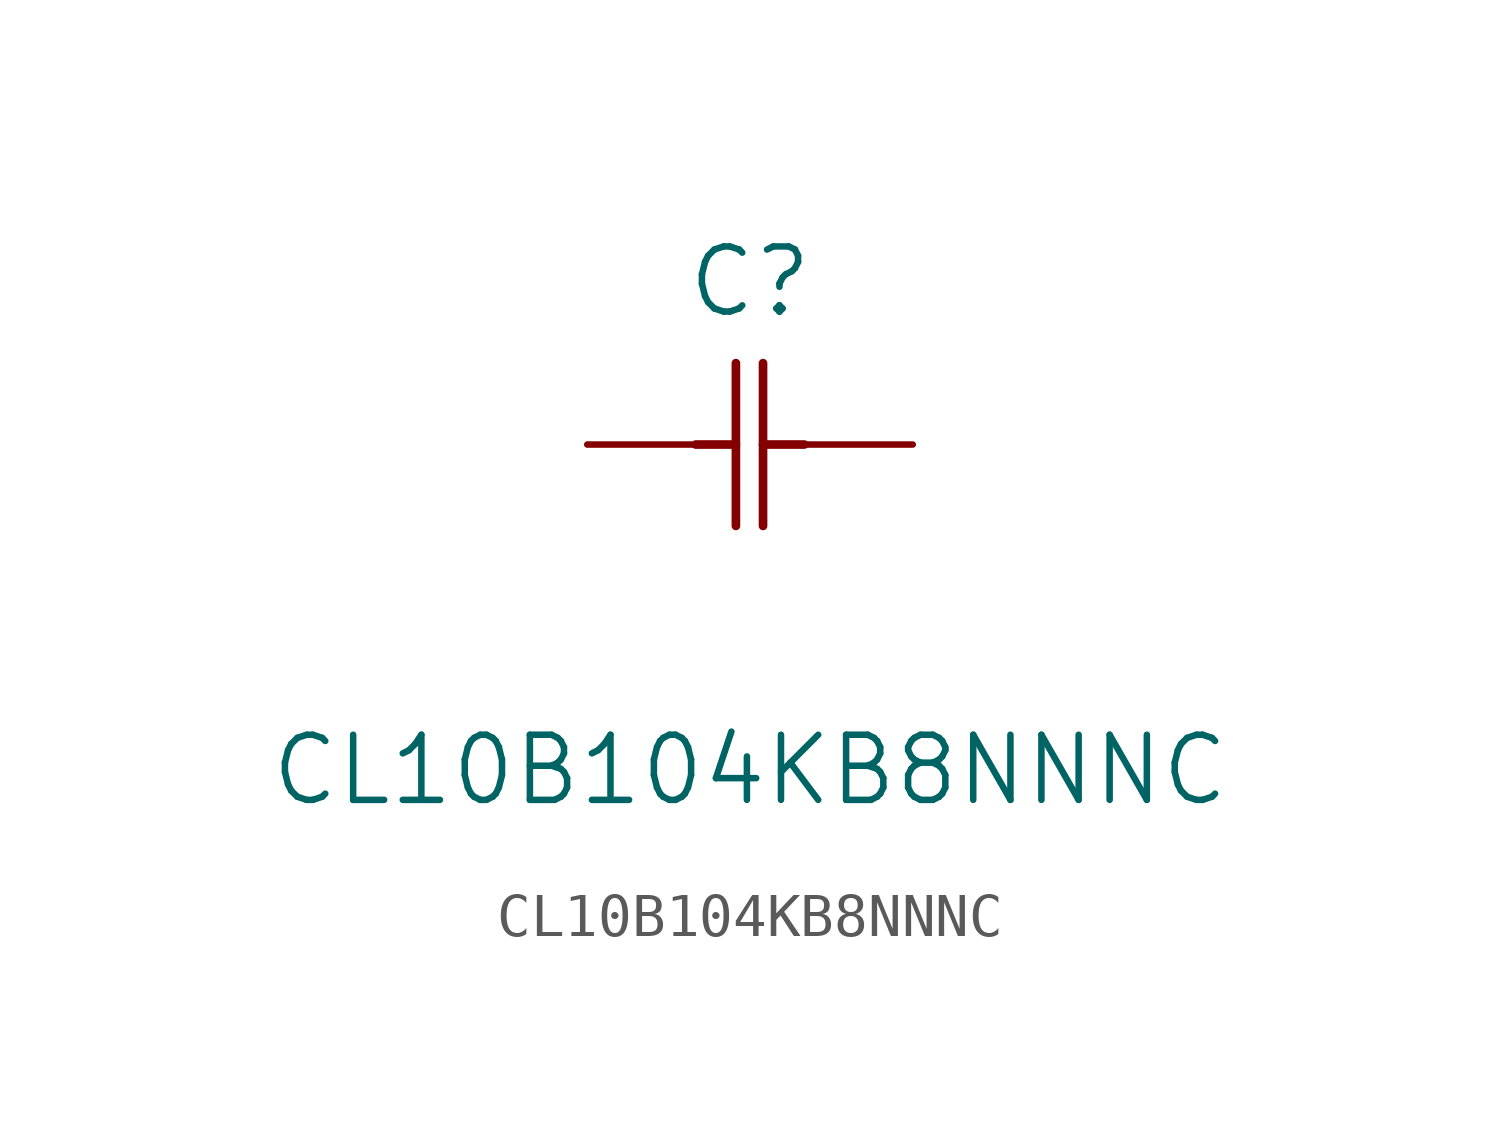
<source format=kicad_sym>
(kicad_symbol_lib
  (version 20211014)
  (generator kicad_symbol_editor)
  (symbol "CL10B104KB8NNNC"
    (pin_numbers hide)
    (pin_names
      (offset 1.651) hide)
    (property "Reference" "C"
      (at 3.81 3.81 0)
      (effects (font (size 1.524 1.524))))
    (property "Value" "CL10B104KB8NNNC"
      (at 3.81 -7.62 0)
      (effects (font (size 1.524 1.524))))
    (property "Datasheet" ""
      (at 0 0 0)
      (effects (font (size 1.524 1.524))))
    (property "ki_locked" ""
      (at 0 0 0)
      (effects (font (size 1.27 1.27))))
    (symbol "CL10B104KB8NNNC_1_1"
      (polyline (pts (xy 2.54 0) (xy 3.48 0)) (stroke (width 0.203) (type default) (color 0 0 0 0)) (fill (type none)))
      (polyline (pts (xy 3.48 -1.905) (xy 3.48 1.905)) (stroke (width 0.203) (type default) (color 0 0 0 0)) (fill (type none)))
      (polyline (pts (xy 4.115 -1.905) (xy 4.115 1.905)) (stroke (width 0.203) (type default) (color 0 0 0 0)) (fill (type none)))
      (polyline (pts (xy 4.115 0) (xy 5.08 0)) (stroke (width 0.203) (type default) (color 0 0 0 0)) (fill (type none)))
      (pin unspecified line (at 0 0 0) (length 2.54) (name "1" (effects (font (size 1.499 1.499)))) (number "1" (effects (font (size 1.499 1.499)))))
      (pin unspecified line (at 7.62 0 180) (length 2.54) (name "2" (effects (font (size 1.499 1.499)))) (number "2" (effects (font (size 1.499 1.499))))))))
</source>
